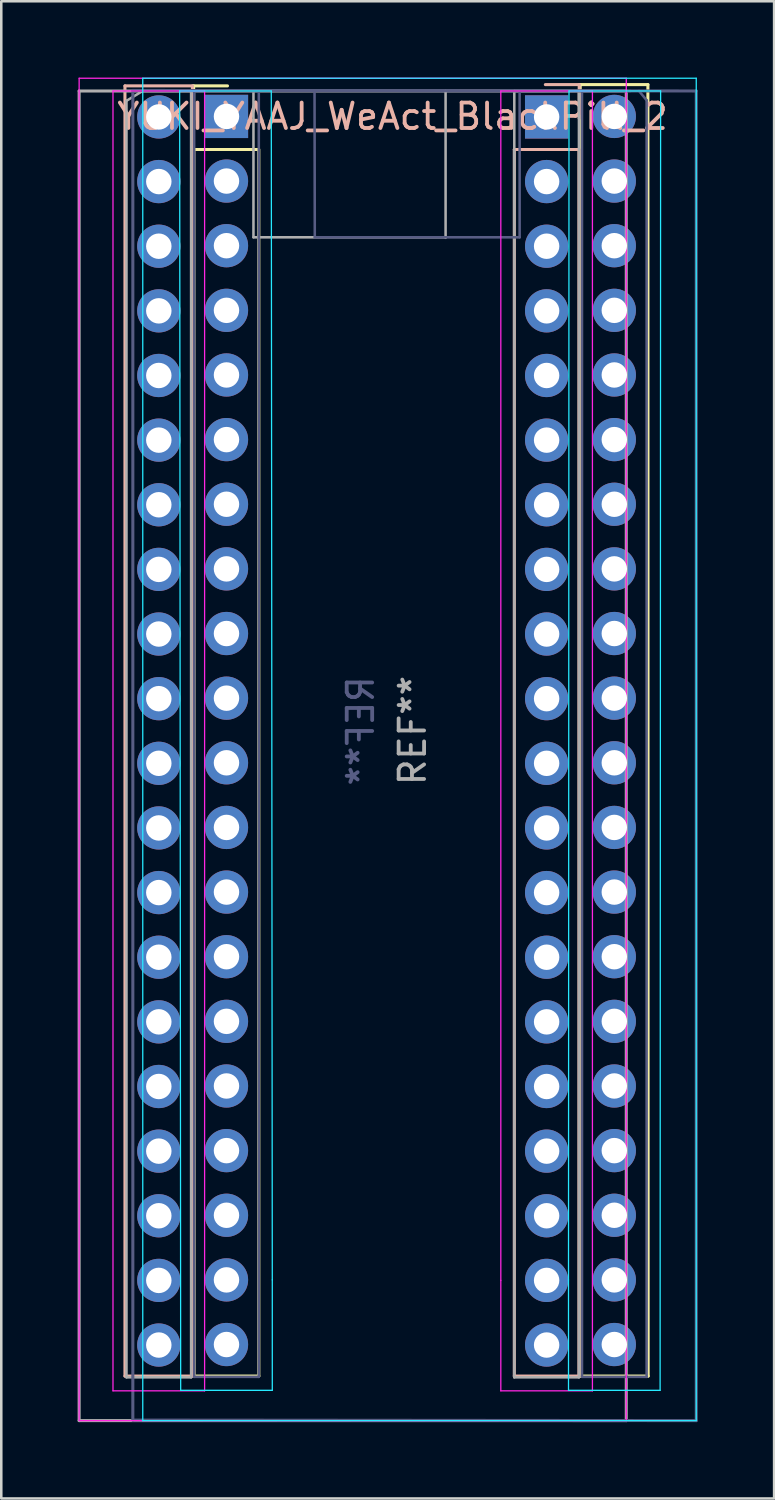
<source format=kicad_pcb>
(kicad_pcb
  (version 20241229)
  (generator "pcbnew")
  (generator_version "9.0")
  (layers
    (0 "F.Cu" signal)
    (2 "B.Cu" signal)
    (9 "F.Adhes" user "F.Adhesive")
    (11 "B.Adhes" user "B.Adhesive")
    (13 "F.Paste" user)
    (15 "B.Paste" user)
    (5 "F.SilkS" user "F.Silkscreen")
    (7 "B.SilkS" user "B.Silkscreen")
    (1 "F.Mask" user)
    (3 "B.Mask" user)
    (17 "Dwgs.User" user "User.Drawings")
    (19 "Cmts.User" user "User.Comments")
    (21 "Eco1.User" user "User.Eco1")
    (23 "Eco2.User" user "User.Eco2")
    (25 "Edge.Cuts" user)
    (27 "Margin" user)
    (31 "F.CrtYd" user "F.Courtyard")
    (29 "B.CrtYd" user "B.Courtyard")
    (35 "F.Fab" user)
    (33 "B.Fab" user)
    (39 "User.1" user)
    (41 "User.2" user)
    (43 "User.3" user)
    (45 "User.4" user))
  (footprint "YUKI_YAAJ_WeAct_BlackPill_2"
    (layer "F.Cu")
    (at 3.31 1.525)
    (property "Reference" "YUKI_YAAJ_WeAct_BlackPill_2" (at 9.065 0 0) (layer "B.SilkS") (effects (font (size 1 1) (thickness 0.15))))
    (attr through_hole)
    (fp_line (start 1.25 -1.2) (end 1.25 0.13) (stroke (width 0.12) (type solid)) (layer "F.SilkS"))
    (fp_line (start 1.26 1.3) (end 1.27 49.5) (stroke (width 0.12) (type solid)) (layer "F.SilkS"))
    (fp_line (start 2.58 -1.2) (end 1.25 -1.2) (stroke (width 0.12) (type solid)) (layer "F.SilkS"))
    (fp_line (start 3.8 1.3) (end 1.26 1.3) (stroke (width 0.12) (type solid)) (layer "F.SilkS"))
    (fp_line (start 3.81 49.5) (end 1.27 49.5) (stroke (width 0.12) (type solid)) (layer "F.SilkS"))
    (fp_line (start 3.81 49.5) (end 3.81 1.3) (stroke (width 0.12) (type solid)) (layer "F.SilkS"))
    (fp_line (start 16.44 -1.25) (end 16.45 49.5) (stroke (width 0.12) (type solid)) (layer "F.SilkS"))
    (fp_line (start 16.45 49.5) (end 19.11 49.5) (stroke (width 0.12) (type solid)) (layer "F.SilkS"))
    (fp_line (start 19.1 -1.25) (end 16.44 -1.25) (stroke (width 0.12) (type solid)) (layer "F.SilkS"))
    (fp_line (start 19.11 49.5) (end 19.1 -1.25) (stroke (width 0.12) (type solid)) (layer "F.SilkS"))
    (fp_line (start -1.45 -1.2) (end 1.2 -1.2) (stroke (width 0.12) (type solid)) (layer "B.SilkS"))
    (fp_line (start -1.45 49.5) (end -1.45 -1.2) (stroke (width 0.12) (type solid)) (layer "B.SilkS"))
    (fp_line (start 1.2 -1.2) (end 1.2 49.5) (stroke (width 0.12) (type solid)) (layer "B.SilkS"))
    (fp_line (start 1.2 49.5) (end -1.45 49.5) (stroke (width 0.12) (type solid)) (layer "B.SilkS"))
    (fp_line (start 13.85 1.3) (end 16.39 1.3) (stroke (width 0.12) (type solid)) (layer "B.SilkS"))
    (fp_line (start 13.85 49.5) (end 13.85 1.3) (stroke (width 0.12) (type solid)) (layer "B.SilkS"))
    (fp_line (start 15.07 -1.25) (end 16.4 -1.25) (stroke (width 0.12) (type solid)) (layer "B.SilkS"))
    (fp_line (start 16.39 1.3) (end 16.39 49.5) (stroke (width 0.12) (type solid)) (layer "B.SilkS"))
    (fp_line (start 16.39 49.5) (end 13.85 49.5) (stroke (width 0.12) (type solid)) (layer "B.SilkS"))
    (fp_line (start 16.4 -1.25) (end 16.4 0.08) (stroke (width 0.12) (type solid)) (layer "B.SilkS"))
    (fp_line (start -0.75 -1.5) (end -0.75 51.25) (stroke (width 0.05) (type solid)) (layer "B.CrtYd"))
    (fp_line (start -0.75 51.25) (end 21 51.25) (stroke (width 0.05) (type solid)) (layer "B.CrtYd"))
    (fp_line (start 0.7 -1) (end 0.74 50.06) (stroke (width 0.05) (type solid)) (layer "B.CrtYd"))
    (fp_line (start 0.74 50.06) (end 4.34 50.06) (stroke (width 0.05) (type solid)) (layer "B.CrtYd"))
    (fp_line (start 4.3 -1) (end 0.7 -1) (stroke (width 0.05) (type solid)) (layer "B.CrtYd"))
    (fp_line (start 4.3 -1) (end 4.34 45.72) (stroke (width 0.05) (type solid)) (layer "B.CrtYd"))
    (fp_line (start 4.34 45.72) (end 4.34 50.06) (stroke (width 0.05) (type solid)) (layer "B.CrtYd"))
    (fp_line (start 15.98 45.72) (end 15.98 50.06) (stroke (width 0.05) (type solid)) (layer "B.CrtYd"))
    (fp_line (start 16 -1) (end 15.98 45.72) (stroke (width 0.05) (type solid)) (layer "B.CrtYd"))
    (fp_line (start 16 -1) (end 19.6 -1) (stroke (width 0.05) (type solid)) (layer "B.CrtYd"))
    (fp_line (start 19.58 50.06) (end 15.98 50.06) (stroke (width 0.05) (type solid)) (layer "B.CrtYd"))
    (fp_line (start 19.6 -1) (end 19.58 50.06) (stroke (width 0.05) (type solid)) (layer "B.CrtYd"))
    (fp_line (start 21 -1.5) (end -0.75 -1.5) (stroke (width 0.05) (type solid)) (layer "B.CrtYd"))
    (fp_line (start 21 51.25) (end 21 -1.5) (stroke (width 0.05) (type solid)) (layer "B.CrtYd"))
    (fp_line (start -3.25 -1.5) (end 18.25 -1.5) (stroke (width 0.05) (type solid)) (layer "F.CrtYd"))
    (fp_line (start -3.25 51.25) (end -3.25 -1.5) (stroke (width 0.05) (type solid)) (layer "F.CrtYd"))
    (fp_line (start -1.92 -1) (end -1.92 50.08) (stroke (width 0.05) (type solid)) (layer "F.CrtYd"))
    (fp_line (start -1.92 50.08) (end 1.68 50.08) (stroke (width 0.05) (type solid)) (layer "F.CrtYd"))
    (fp_line (start 1.68 -1) (end -1.92 -1) (stroke (width 0.05) (type solid)) (layer "F.CrtYd"))
    (fp_line (start 1.68 -1) (end 1.68 45.74) (stroke (width 0.05) (type solid)) (layer "F.CrtYd"))
    (fp_line (start 1.68 45.74) (end 1.68 50.08) (stroke (width 0.05) (type solid)) (layer "F.CrtYd"))
    (fp_line (start 13.32 -1) (end 13.32 45.74) (stroke (width 0.05) (type solid)) (layer "F.CrtYd"))
    (fp_line (start 13.32 -1) (end 16.92 -1) (stroke (width 0.05) (type solid)) (layer "F.CrtYd"))
    (fp_line (start 13.32 45.74) (end 13.32 50.08) (stroke (width 0.05) (type solid)) (layer "F.CrtYd"))
    (fp_line (start 16.92 -1) (end 16.92 50.08) (stroke (width 0.05) (type solid)) (layer "F.CrtYd"))
    (fp_line (start 16.92 50.08) (end 13.32 50.08) (stroke (width 0.05) (type solid)) (layer "F.CrtYd"))
    (fp_line (start 18.25 -1.5) (end 18.25 51.25) (stroke (width 0.05) (type solid)) (layer "F.CrtYd"))
    (fp_line (start 18.25 51.25) (end -3.25 51.25) (stroke (width 0.05) (type solid)) (layer "F.CrtYd"))
    (fp_line (start -1.14 -1.02) (end -1.14 51.23) (stroke (width 0.12) (type solid)) (layer "B.Fab"))
    (fp_line (start 1.27 -1) (end 1.27 49.53) (stroke (width 0.1) (type solid)) (layer "B.Fab"))
    (fp_line (start 1.27 49.53) (end 3.81 49.53) (stroke (width 0.1) (type solid)) (layer "B.Fab"))
    (fp_line (start 3.81 -1) (end 1.27 -1) (stroke (width 0.1) (type solid)) (layer "B.Fab"))
    (fp_line (start 3.81 49.53) (end 3.81 -1) (stroke (width 0.1) (type solid)) (layer "B.Fab"))
    (fp_line (start 6.01 4.75) (end 6 -1) (stroke (width 0.1) (type solid)) (layer "B.Fab"))
    (fp_line (start 14.06 4.75) (end 6.01 4.75) (stroke (width 0.1) (type solid)) (layer "B.Fab"))
    (fp_line (start 14.06 4.75) (end 14.06 -1) (stroke (width 0.1) (type solid)) (layer "B.Fab"))
    (fp_line (start 16.51 -1) (end 16.51 49.53) (stroke (width 0.1) (type solid)) (layer "B.Fab"))
    (fp_line (start 16.51 49.53) (end 19.05 49.53) (stroke (width 0.1) (type solid)) (layer "B.Fab"))
    (fp_line (start 18.415 -1) (end 16.51 -1) (stroke (width 0.1) (type solid)) (layer "B.Fab"))
    (fp_line (start 19.05 -0.635) (end 18.75 -1) (stroke (width 0.1) (type solid)) (layer "B.Fab"))
    (fp_line (start 19.05 49.53) (end 19.05 -0.635) (stroke (width 0.1) (type solid)) (layer "B.Fab"))
    (fp_line (start 21 -1) (end -1.14 -1.02) (stroke (width 0.12) (type solid)) (layer "B.Fab"))
    (fp_line (start 21 51.25) (end -1.14 51.23) (stroke (width 0.12) (type solid)) (layer "B.Fab"))
    (fp_line (start 21 51.25) (end 21 -1) (stroke (width 0.12) (type solid)) (layer "B.Fab"))
    (fp_line (start -3.25 -1) (end 18.25 -1) (stroke (width 0.12) (type solid)) (layer "F.Fab"))
    (fp_line (start -3.25 51.25) (end -3.25 -1) (stroke (width 0.12) (type solid)) (layer "F.Fab"))
    (fp_line (start -3.25 51.25) (end 18.25 51.25) (stroke (width 0.12) (type solid)) (layer "F.Fab"))
    (fp_line (start -1.39 -0.615) (end -0.755 -1) (stroke (width 0.1) (type solid)) (layer "F.Fab"))
    (fp_line (start -1.39 49.55) (end -1.39 -0.615) (stroke (width 0.1) (type solid)) (layer "F.Fab"))
    (fp_line (start -0.755 -1) (end 1.15 -1) (stroke (width 0.1) (type solid)) (layer "F.Fab"))
    (fp_line (start 1.15 -1) (end 1.15 49.55) (stroke (width 0.1) (type solid)) (layer "F.Fab"))
    (fp_line (start 1.15 49.55) (end -1.39 49.55) (stroke (width 0.1) (type solid)) (layer "F.Fab"))
    (fp_line (start 3.6 4.75) (end 3.6 -1) (stroke (width 0.1) (type solid)) (layer "F.Fab"))
    (fp_line (start 3.6 4.75) (end 11.15 4.75) (stroke (width 0.1) (type solid)) (layer "F.Fab"))
    (fp_line (start 11.15 4.77) (end 11.15 -1) (stroke (width 0.1) (type solid)) (layer "F.Fab"))
    (fp_line (start 13.85 -1) (end 16.39 -1) (stroke (width 0.1) (type solid)) (layer "F.Fab"))
    (fp_line (start 13.85 49.55) (end 13.85 -1) (stroke (width 0.1) (type solid)) (layer "F.Fab"))
    (fp_line (start 16.39 -1) (end 16.39 49.55) (stroke (width 0.1) (type solid)) (layer "F.Fab"))
    (fp_line (start 16.39 49.55) (end 13.85 49.55) (stroke (width 0.1) (type solid)) (layer "F.Fab"))
    (fp_line (start 18.25 -1) (end 18.25 51.25) (stroke (width 0.12) (type solid)) (layer "F.Fab"))
    (fp_text user "REF**" (at 7.81 24.15 270) (layer "B.Fab") (effects (font (size 1 1) (thickness 0.15)) (justify mirror)))
    (fp_text user "REF**" (at 9.85 24.13 90) (layer "F.Fab") (effects (font (size 1 1) (thickness 0.15))))
    (pad "1" thru_hole rect (at 2.54 0) (size 1.7 1.7) (drill 1) (layers "*.Cu" "B.Mask"))
    (pad "1" thru_hole rect (at 15.12 0.02) (size 1.7 1.7) (drill 1) (layers "*.Cu" "F.Mask"))
    (pad "2" thru_hole circle (at 2.54 2.54) (size 1.7 1.7) (drill 1) (layers "*.Cu" "B.Mask"))
    (pad "2" thru_hole circle (at 15.12 2.56) (size 1.7 1.7) (drill 1) (layers "*.Cu" "F.Mask"))
    (pad "3" thru_hole circle (at 2.54 5.08) (size 1.7 1.7) (drill 1) (layers "*.Cu" "B.Mask"))
    (pad "3" thru_hole circle (at 15.12 5.1) (size 1.7 1.7) (drill 1) (layers "*.Cu" "F.Mask"))
    (pad "4" thru_hole circle (at 2.54 7.62) (size 1.7 1.7) (drill 1) (layers "*.Cu" "B.Mask"))
    (pad "4" thru_hole circle (at 15.12 7.64) (size 1.7 1.7) (drill 1) (layers "*.Cu" "F.Mask"))
    (pad "5" thru_hole circle (at 2.54 10.16) (size 1.7 1.7) (drill 1) (layers "*.Cu" "B.Mask"))
    (pad "5" thru_hole circle (at 15.12 10.18) (size 1.7 1.7) (drill 1) (layers "*.Cu" "F.Mask"))
    (pad "6" thru_hole circle (at 2.54 12.7) (size 1.7 1.7) (drill 1) (layers "*.Cu" "B.Mask"))
    (pad "6" thru_hole circle (at 15.12 12.72) (size 1.7 1.7) (drill 1) (layers "*.Cu" "F.Mask"))
    (pad "7" thru_hole circle (at 2.54 15.24) (size 1.7 1.7) (drill 1) (layers "*.Cu" "B.Mask"))
    (pad "7" thru_hole circle (at 15.12 15.26) (size 1.7 1.7) (drill 1) (layers "*.Cu" "F.Mask"))
    (pad "8" thru_hole circle (at 2.54 17.78) (size 1.7 1.7) (drill 1) (layers "*.Cu" "B.Mask"))
    (pad "8" thru_hole circle (at 15.12 17.8) (size 1.7 1.7) (drill 1) (layers "*.Cu" "F.Mask"))
    (pad "9" thru_hole circle (at 2.54 20.32) (size 1.7 1.7) (drill 1) (layers "*.Cu" "B.Mask"))
    (pad "9" thru_hole circle (at 15.12 20.34) (size 1.7 1.7) (drill 1) (layers "*.Cu" "F.Mask"))
    (pad "10" thru_hole circle (at 2.54 22.86) (size 1.7 1.7) (drill 1) (layers "*.Cu" "B.Mask"))
    (pad "10" thru_hole circle (at 15.12 22.88) (size 1.7 1.7) (drill 1) (layers "*.Cu" "F.Mask"))
    (pad "11" thru_hole circle (at 2.54 25.4) (size 1.7 1.7) (drill 1) (layers "*.Cu" "B.Mask"))
    (pad "11" thru_hole circle (at 15.12 25.42) (size 1.7 1.7) (drill 1) (layers "*.Cu" "F.Mask"))
    (pad "12" thru_hole circle (at 2.54 27.94) (size 1.7 1.7) (drill 1) (layers "*.Cu" "B.Mask"))
    (pad "12" thru_hole circle (at 15.12 27.96) (size 1.7 1.7) (drill 1) (layers "*.Cu" "F.Mask"))
    (pad "13" thru_hole circle (at 2.54 30.48) (size 1.7 1.7) (drill 1) (layers "*.Cu" "B.Mask"))
    (pad "13" thru_hole circle (at 15.12 30.5) (size 1.7 1.7) (drill 1) (layers "*.Cu" "F.Mask"))
    (pad "14" thru_hole circle (at 2.54 33.02) (size 1.7 1.7) (drill 1) (layers "*.Cu" "B.Mask"))
    (pad "14" thru_hole circle (at 15.12 33.04) (size 1.7 1.7) (drill 1) (layers "*.Cu" "F.Mask"))
    (pad "15" thru_hole circle (at 2.54 35.56) (size 1.7 1.7) (drill 1) (layers "*.Cu" "B.Mask"))
    (pad "15" thru_hole circle (at 15.12 35.58) (size 1.7 1.7) (drill 1) (layers "*.Cu" "F.Mask"))
    (pad "16" thru_hole circle (at 2.54 38.1) (size 1.7 1.7) (drill 1) (layers "*.Cu" "B.Mask"))
    (pad "16" thru_hole circle (at 15.12 38.12) (size 1.7 1.7) (drill 1) (layers "*.Cu" "F.Mask"))
    (pad "17" thru_hole circle (at 2.54 40.64) (size 1.7 1.7) (drill 1) (layers "*.Cu" "B.Mask"))
    (pad "17" thru_hole circle (at 15.12 40.66) (size 1.7 1.7) (drill 1) (layers "*.Cu" "F.Mask"))
    (pad "18" thru_hole circle (at 2.54 43.18) (size 1.7 1.7) (drill 1) (layers "*.Cu" "B.Mask"))
    (pad "18" thru_hole circle (at 15.12 43.2) (size 1.7 1.7) (drill 1) (layers "*.Cu" "F.Mask"))
    (pad "19" thru_hole circle (at 2.54 45.72) (size 1.7 1.7) (drill 1) (layers "*.Cu" "B.Mask"))
    (pad "19" thru_hole circle (at 15.12 45.74) (size 1.7 1.7) (drill 1) (layers "*.Cu" "F.Mask"))
    (pad "20" thru_hole circle (at 2.54 48.26) (size 1.7 1.7) (drill 1) (layers "*.Cu" "B.Mask"))
    (pad "20" thru_hole circle (at 15.12 48.28) (size 1.7 1.7) (drill 1) (layers "*.Cu" "F.Mask"))
    (pad "21" thru_hole circle (at -0.12 48.28) (size 1.7 1.7) (drill 1) (layers "*.Cu" "F.Mask"))
    (pad "21" thru_hole circle (at 17.78 48.26) (size 1.7 1.7) (drill 1) (layers "*.Cu" "B.Mask"))
    (pad "22" thru_hole circle (at -0.12 45.74) (size 1.7 1.7) (drill 1) (layers "*.Cu" "F.Mask"))
    (pad "22" thru_hole circle (at 17.78 45.72) (size 1.7 1.7) (drill 1) (layers "*.Cu" "B.Mask"))
    (pad "23" thru_hole circle (at -0.12 43.2) (size 1.7 1.7) (drill 1) (layers "*.Cu" "F.Mask"))
    (pad "23" thru_hole circle (at 17.78 43.18) (size 1.7 1.7) (drill 1) (layers "*.Cu" "B.Mask"))
    (pad "24" thru_hole circle (at -0.12 40.66) (size 1.7 1.7) (drill 1) (layers "*.Cu" "F.Mask"))
    (pad "24" thru_hole circle (at 17.78 40.64) (size 1.7 1.7) (drill 1) (layers "*.Cu" "B.Mask"))
    (pad "25" thru_hole circle (at -0.12 38.12) (size 1.7 1.7) (drill 1) (layers "*.Cu" "F.Mask"))
    (pad "25" thru_hole circle (at 17.78 38.1) (size 1.7 1.7) (drill 1) (layers "*.Cu" "B.Mask"))
    (pad "26" thru_hole circle (at -0.12 35.58) (size 1.7 1.7) (drill 1) (layers "*.Cu" "F.Mask"))
    (pad "26" thru_hole circle (at 17.78 35.56) (size 1.7 1.7) (drill 1) (layers "*.Cu" "B.Mask"))
    (pad "27" thru_hole circle (at -0.12 33.04) (size 1.7 1.7) (drill 1) (layers "*.Cu" "F.Mask"))
    (pad "27" thru_hole circle (at 17.78 33.02) (size 1.7 1.7) (drill 1) (layers "*.Cu" "B.Mask"))
    (pad "28" thru_hole circle (at -0.12 30.5) (size 1.7 1.7) (drill 1) (layers "*.Cu" "F.Mask"))
    (pad "28" thru_hole circle (at 17.78 30.48) (size 1.7 1.7) (drill 1) (layers "*.Cu" "B.Mask"))
    (pad "29" thru_hole circle (at -0.12 27.96) (size 1.7 1.7) (drill 1) (layers "*.Cu" "F.Mask"))
    (pad "29" thru_hole circle (at 17.78 27.94) (size 1.7 1.7) (drill 1) (layers "*.Cu" "B.Mask"))
    (pad "30" thru_hole circle (at -0.12 25.42) (size 1.7 1.7) (drill 1) (layers "*.Cu" "F.Mask"))
    (pad "30" thru_hole circle (at 17.78 25.4) (size 1.7 1.7) (drill 1) (layers "*.Cu" "B.Mask"))
    (pad "31" thru_hole circle (at -0.12 22.88) (size 1.7 1.7) (drill 1) (layers "*.Cu" "F.Mask"))
    (pad "31" thru_hole circle (at 17.78 22.86) (size 1.7 1.7) (drill 1) (layers "*.Cu" "B.Mask"))
    (pad "32" thru_hole circle (at -0.12 20.34) (size 1.7 1.7) (drill 1) (layers "*.Cu" "F.Mask"))
    (pad "32" thru_hole circle (at 17.78 20.32) (size 1.7 1.7) (drill 1) (layers "*.Cu" "B.Mask"))
    (pad "33" thru_hole circle (at -0.12 17.8) (size 1.7 1.7) (drill 1) (layers "*.Cu" "F.Mask"))
    (pad "33" thru_hole circle (at 17.78 17.78) (size 1.7 1.7) (drill 1) (layers "*.Cu" "B.Mask"))
    (pad "34" thru_hole circle (at -0.12 15.26) (size 1.7 1.7) (drill 1) (layers "*.Cu" "F.Mask"))
    (pad "34" thru_hole circle (at 17.78 15.24) (size 1.7 1.7) (drill 1) (layers "*.Cu" "B.Mask"))
    (pad "35" thru_hole circle (at -0.12 12.72) (size 1.7 1.7) (drill 1) (layers "*.Cu" "F.Mask"))
    (pad "35" thru_hole circle (at 17.78 12.7) (size 1.7 1.7) (drill 1) (layers "*.Cu" "B.Mask"))
    (pad "36" thru_hole circle (at -0.12 10.18) (size 1.7 1.7) (drill 1) (layers "*.Cu" "F.Mask"))
    (pad "36" thru_hole circle (at 17.78 10.16) (size 1.7 1.7) (drill 1) (layers "*.Cu" "B.Mask"))
    (pad "37" thru_hole circle (at -0.12 7.64) (size 1.7 1.7) (drill 1) (layers "*.Cu" "F.Mask"))
    (pad "37" thru_hole circle (at 17.78 7.62) (size 1.7 1.7) (drill 1) (layers "*.Cu" "B.Mask"))
    (pad "38" thru_hole circle (at -0.12 5.1) (size 1.7 1.7) (drill 1) (layers "*.Cu" "F.Mask"))
    (pad "38" thru_hole circle (at 17.78 5.08) (size 1.7 1.7) (drill 1) (layers "*.Cu" "B.Mask"))
    (pad "39" thru_hole circle (at -0.12 2.56) (size 1.7 1.7) (drill 1) (layers "*.Cu" "F.Mask"))
    (pad "39" thru_hole circle (at 17.78 2.54) (size 1.7 1.7) (drill 1) (layers "*.Cu" "B.Mask"))
    (pad "40" thru_hole circle (at -0.12 0.02) (size 1.7 1.7) (drill 1) (layers "*.Cu" "F.Mask"))
    (pad "40" thru_hole circle (at 17.78 0) (size 1.7 1.7) (drill 1) (layers "*.Cu" "B.Mask")))
  (gr_rect
    (start -3 -3)
    (end 27.37 55.835)
    (stroke (width 0.1) (type default))
    (fill no)
    (layer "Edge.Cuts")))
</source>
